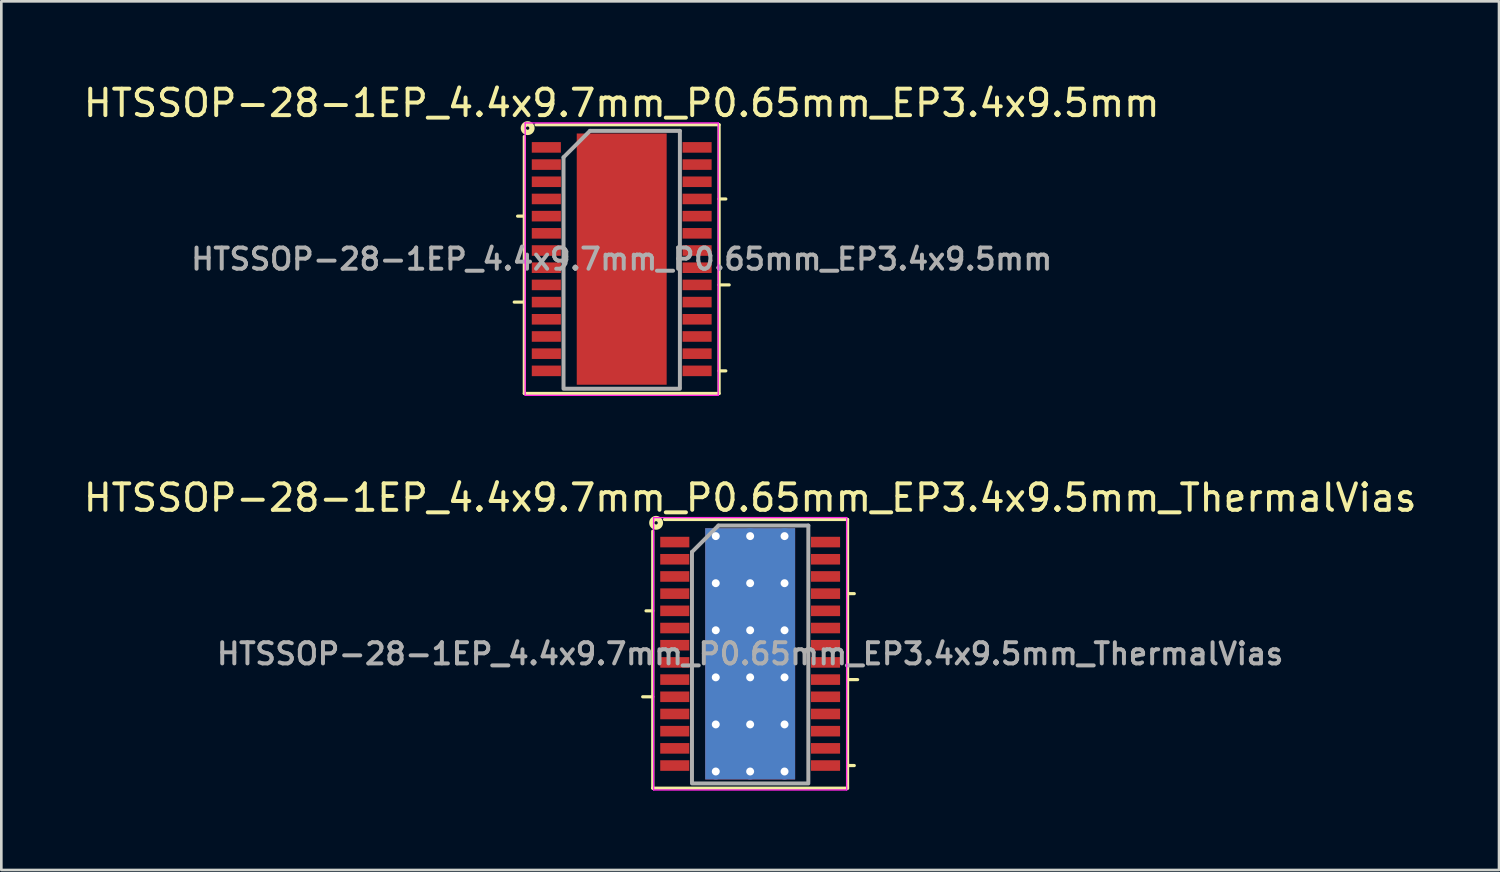
<source format=kicad_pcb>
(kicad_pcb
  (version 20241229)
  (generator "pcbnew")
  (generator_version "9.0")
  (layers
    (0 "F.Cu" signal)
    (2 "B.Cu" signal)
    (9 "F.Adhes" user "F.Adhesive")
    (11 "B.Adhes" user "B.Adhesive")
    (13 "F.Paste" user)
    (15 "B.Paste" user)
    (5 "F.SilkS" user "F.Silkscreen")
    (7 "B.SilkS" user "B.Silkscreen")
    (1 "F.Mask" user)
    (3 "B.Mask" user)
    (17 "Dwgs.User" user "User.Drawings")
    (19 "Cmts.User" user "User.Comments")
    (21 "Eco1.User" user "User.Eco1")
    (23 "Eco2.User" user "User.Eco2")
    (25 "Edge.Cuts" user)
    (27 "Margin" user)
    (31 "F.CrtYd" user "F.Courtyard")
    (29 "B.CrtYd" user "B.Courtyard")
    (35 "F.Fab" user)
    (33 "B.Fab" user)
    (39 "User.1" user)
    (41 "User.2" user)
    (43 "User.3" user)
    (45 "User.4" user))
  (footprint "HTSSOP-28-1EP_4.4x9.7mm_P0.65mm_EP3.4x9.5mm_ThermalVias"
    (layer "F.Cu")
    (at 25.315 21.672)
    (property "Reference" "HTSSOP-28-1EP_4.4x9.7mm_P0.65mm_EP3.4x9.5mm_ThermalVias" (at 0 -5.9 0) (layer "F.SilkS") (effects (font (size 1 1) (thickness 0.15))))
    (attr smd)
    (fp_line (start -3.683 -1.625) (end -3.937 -1.625) (stroke (width 0.12) (type solid)) (layer "F.SilkS"))
    (fp_line (start -3.683 1.625) (end -4.064 1.625) (stroke (width 0.12) (type solid)) (layer "F.SilkS"))
    (fp_line (start -3.683 5.08) (end -3.683 -4.636) (stroke (width 0.12) (type solid)) (layer "F.SilkS"))
    (fp_line (start -3.239 -5.08) (end 3.683 -5.08) (stroke (width 0.12) (type solid)) (layer "F.SilkS"))
    (fp_line (start 3.683 -5.08) (end 3.683 5.08) (stroke (width 0.12) (type solid)) (layer "F.SilkS"))
    (fp_line (start 3.683 -2.275) (end 3.937 -2.275) (stroke (width 0.12) (type solid)) (layer "F.SilkS"))
    (fp_line (start 3.683 0.975) (end 4.064 0.975) (stroke (width 0.12) (type solid)) (layer "F.SilkS"))
    (fp_line (start 3.683 4.225) (end 3.937 4.225) (stroke (width 0.12) (type solid)) (layer "F.SilkS"))
    (fp_line (start 3.683 5.08) (end -3.683 5.08) (stroke (width 0.12) (type solid)) (layer "F.SilkS"))
    (fp_circle (center -3.556 -4.953) (end -3.493 -4.953) (stroke (width 0.2) (type solid)) (fill no) (layer "F.SilkS"))
    (fp_line (start -3.65 -5.15) (end -3.65 5.15) (stroke (width 0.05) (type solid)) (layer "F.CrtYd"))
    (fp_line (start -3.65 -5.15) (end 3.65 -5.15) (stroke (width 0.05) (type solid)) (layer "F.CrtYd"))
    (fp_line (start -3.65 5.15) (end 3.65 5.15) (stroke (width 0.05) (type solid)) (layer "F.CrtYd"))
    (fp_line (start 3.65 -5.15) (end 3.65 5.15) (stroke (width 0.05) (type solid)) (layer "F.CrtYd"))
    (fp_line (start -2.2 -3.85) (end -1.2 -4.85) (stroke (width 0.15) (type solid)) (layer "F.Fab"))
    (fp_line (start -2.2 4.85) (end -2.2 -3.85) (stroke (width 0.15) (type solid)) (layer "F.Fab"))
    (fp_line (start -1.2 -4.85) (end 2.2 -4.85) (stroke (width 0.15) (type solid)) (layer "F.Fab"))
    (fp_line (start 2.2 -4.85) (end 2.2 4.85) (stroke (width 0.15) (type solid)) (layer "F.Fab"))
    (fp_line (start 2.2 4.901) (end -2.2 4.901) (stroke (width 0.15) (type solid)) (layer "F.Fab"))
    (fp_text user "${REFERENCE}" (at 0 0 0) (layer "F.Fab") (effects (font (size 0.8 0.8) (thickness 0.15))))
    (pad "" smd rect (at -0.85 -3.56) (size 1.4 1.4) (layers "F.Paste"))
    (pad "" smd rect (at -0.85 -1.78) (size 1.4 1.4) (layers "F.Paste"))
    (pad "" smd rect (at -0.85 0) (size 1.4 1.4) (layers "F.Paste"))
    (pad "" smd rect (at -0.85 1.78) (size 1.4 1.4) (layers "F.Paste"))
    (pad "" smd rect (at -0.85 3.56) (size 1.4 1.4) (layers "F.Paste"))
    (pad "" smd rect (at 0.85 -3.56) (size 1.4 1.4) (layers "F.Paste"))
    (pad "" smd rect (at 0.85 -1.78) (size 1.4 1.4) (layers "F.Paste"))
    (pad "" smd rect (at 0.85 0) (size 1.4 1.4) (layers "F.Paste"))
    (pad "" smd rect (at 0.85 1.78) (size 1.4 1.4) (layers "F.Paste"))
    (pad "" smd rect (at 0.85 3.56) (size 1.4 1.4) (layers "F.Paste"))
    (pad "1" smd rect (at -2.85 -4.225) (size 1.1 0.4) (layers "F.Cu" "F.Mask" "F.Paste"))
    (pad "2" smd rect (at -2.85 -3.575) (size 1.1 0.4) (layers "F.Cu" "F.Mask" "F.Paste"))
    (pad "3" smd rect (at -2.85 -2.925) (size 1.1 0.4) (layers "F.Cu" "F.Mask" "F.Paste"))
    (pad "4" smd rect (at -2.85 -2.275) (size 1.1 0.4) (layers "F.Cu" "F.Mask" "F.Paste"))
    (pad "5" smd rect (at -2.85 -1.625) (size 1.1 0.4) (layers "F.Cu" "F.Mask" "F.Paste"))
    (pad "6" smd rect (at -2.85 -0.975) (size 1.1 0.4) (layers "F.Cu" "F.Mask" "F.Paste"))
    (pad "7" smd rect (at -2.85 -0.325) (size 1.1 0.4) (layers "F.Cu" "F.Mask" "F.Paste"))
    (pad "8" smd rect (at -2.85 0.325) (size 1.1 0.4) (layers "F.Cu" "F.Mask" "F.Paste"))
    (pad "9" smd rect (at -2.85 0.975) (size 1.1 0.4) (layers "F.Cu" "F.Mask" "F.Paste"))
    (pad "10" smd rect (at -2.85 1.625) (size 1.1 0.4) (layers "F.Cu" "F.Mask" "F.Paste"))
    (pad "11" smd rect (at -2.85 2.275) (size 1.1 0.4) (layers "F.Cu" "F.Mask" "F.Paste"))
    (pad "12" smd rect (at -2.85 2.925) (size 1.1 0.4) (layers "F.Cu" "F.Mask" "F.Paste"))
    (pad "13" smd rect (at -2.85 3.575) (size 1.1 0.4) (layers "F.Cu" "F.Mask" "F.Paste"))
    (pad "14" smd rect (at -2.85 4.225) (size 1.1 0.4) (layers "F.Cu" "F.Mask" "F.Paste"))
    (pad "15" smd rect (at 2.85 4.225) (size 1.1 0.4) (layers "F.Cu" "F.Mask" "F.Paste"))
    (pad "16" smd rect (at 2.85 3.575) (size 1.1 0.4) (layers "F.Cu" "F.Mask" "F.Paste"))
    (pad "17" smd rect (at 2.85 2.925) (size 1.1 0.4) (layers "F.Cu" "F.Mask" "F.Paste"))
    (pad "18" smd rect (at 2.85 2.275) (size 1.1 0.4) (layers "F.Cu" "F.Mask" "F.Paste"))
    (pad "19" smd rect (at 2.85 1.625) (size 1.1 0.4) (layers "F.Cu" "F.Mask" "F.Paste"))
    (pad "20" smd rect (at 2.85 0.975) (size 1.1 0.4) (layers "F.Cu" "F.Mask" "F.Paste"))
    (pad "21" smd rect (at 2.85 0.325) (size 1.1 0.4) (layers "F.Cu" "F.Mask" "F.Paste"))
    (pad "22" smd rect (at 2.85 -0.325) (size 1.1 0.4) (layers "F.Cu" "F.Mask" "F.Paste"))
    (pad "23" smd rect (at 2.85 -0.975) (size 1.1 0.4) (layers "F.Cu" "F.Mask" "F.Paste"))
    (pad "24" smd rect (at 2.85 -1.625) (size 1.1 0.4) (layers "F.Cu" "F.Mask" "F.Paste"))
    (pad "25" smd rect (at 2.85 -2.275) (size 1.1 0.4) (layers "F.Cu" "F.Mask" "F.Paste"))
    (pad "26" smd rect (at 2.85 -2.925) (size 1.1 0.4) (layers "F.Cu" "F.Mask" "F.Paste"))
    (pad "27" smd rect (at 2.85 -3.575) (size 1.1 0.4) (layers "F.Cu" "F.Mask" "F.Paste"))
    (pad "28" smd rect (at 2.85 -4.225) (size 1.1 0.4) (layers "F.Cu" "F.Mask" "F.Paste"))
    (pad "29" thru_hole circle (at -1.3 -4.45) (size 0.6 0.6) (drill 0.3) (layers "*.Cu"))
    (pad "29" thru_hole circle (at -1.3 -2.67) (size 0.6 0.6) (drill 0.3) (layers "*.Cu"))
    (pad "29" thru_hole circle (at -1.3 -0.89) (size 0.6 0.6) (drill 0.3) (layers "*.Cu"))
    (pad "29" thru_hole circle (at -1.3 0.89) (size 0.6 0.6) (drill 0.3) (layers "*.Cu"))
    (pad "29" thru_hole circle (at -1.3 2.67) (size 0.6 0.6) (drill 0.3) (layers "*.Cu"))
    (pad "29" thru_hole circle (at -1.3 4.45) (size 0.6 0.6) (drill 0.3) (layers "*.Cu"))
    (pad "29" thru_hole circle (at 0 -4.45) (size 0.6 0.6) (drill 0.3) (layers "*.Cu"))
    (pad "29" thru_hole circle (at 0 -2.67) (size 0.6 0.6) (drill 0.3) (layers "*.Cu"))
    (pad "29" thru_hole circle (at 0 -0.89) (size 0.6 0.6) (drill 0.3) (layers "*.Cu"))
    (pad "29" smd rect (at 0 0) (size 3.4 9.5) (layers "F.Cu" "F.Mask"))
    (pad "29" smd rect (at 0 0) (size 3.4 9.5) (layers "B.Cu" "B.Mask"))
    (pad "29" thru_hole circle (at 0 0.89) (size 0.6 0.6) (drill 0.3) (layers "*.Cu"))
    (pad "29" thru_hole circle (at 0 2.67) (size 0.6 0.6) (drill 0.3) (layers "*.Cu"))
    (pad "29" thru_hole circle (at 0 4.45) (size 0.6 0.6) (drill 0.3) (layers "*.Cu"))
    (pad "29" thru_hole circle (at 1.3 -4.45) (size 0.6 0.6) (drill 0.3) (layers "*.Cu"))
    (pad "29" thru_hole circle (at 1.3 -2.67) (size 0.6 0.6) (drill 0.3) (layers "*.Cu"))
    (pad "29" thru_hole circle (at 1.3 -0.89) (size 0.6 0.6) (drill 0.3) (layers "*.Cu"))
    (pad "29" thru_hole circle (at 1.3 0.89) (size 0.6 0.6) (drill 0.3) (layers "*.Cu"))
    (pad "29" thru_hole circle (at 1.3 2.67) (size 0.6 0.6) (drill 0.3) (layers "*.Cu"))
    (pad "29" thru_hole circle (at 1.3 4.45) (size 0.6 0.6) (drill 0.3) (layers "*.Cu")))
  (footprint "HTSSOP-28-1EP_4.4x9.7mm_P0.65mm_EP3.4x9.5mm"
    (layer "F.Cu")
    (at 20.458 6.748)
    (property "Reference" "HTSSOP-28-1EP_4.4x9.7mm_P0.65mm_EP3.4x9.5mm" (at 0 -5.9 0) (layer "F.SilkS") (effects (font (size 1 1) (thickness 0.15))))
    (attr smd)
    (fp_line (start -3.683 -1.625) (end -3.937 -1.625) (stroke (width 0.12) (type solid)) (layer "F.SilkS"))
    (fp_line (start -3.683 1.625) (end -4.064 1.625) (stroke (width 0.12) (type solid)) (layer "F.SilkS"))
    (fp_line (start -3.683 5.08) (end -3.683 -4.636) (stroke (width 0.12) (type solid)) (layer "F.SilkS"))
    (fp_line (start -3.239 -5.08) (end 3.683 -5.08) (stroke (width 0.12) (type solid)) (layer "F.SilkS"))
    (fp_line (start 3.683 -5.08) (end 3.683 5.08) (stroke (width 0.12) (type solid)) (layer "F.SilkS"))
    (fp_line (start 3.683 -2.275) (end 3.937 -2.275) (stroke (width 0.12) (type solid)) (layer "F.SilkS"))
    (fp_line (start 3.683 0.975) (end 4.064 0.975) (stroke (width 0.12) (type solid)) (layer "F.SilkS"))
    (fp_line (start 3.683 4.225) (end 3.937 4.225) (stroke (width 0.12) (type solid)) (layer "F.SilkS"))
    (fp_line (start 3.683 5.08) (end -3.683 5.08) (stroke (width 0.12) (type solid)) (layer "F.SilkS"))
    (fp_circle (center -3.556 -4.953) (end -3.493 -4.953) (stroke (width 0.2) (type solid)) (fill no) (layer "F.SilkS"))
    (fp_line (start -3.65 -5.15) (end -3.65 5.15) (stroke (width 0.05) (type solid)) (layer "F.CrtYd"))
    (fp_line (start -3.65 -5.15) (end 3.65 -5.15) (stroke (width 0.05) (type solid)) (layer "F.CrtYd"))
    (fp_line (start -3.65 5.15) (end 3.65 5.15) (stroke (width 0.05) (type solid)) (layer "F.CrtYd"))
    (fp_line (start 3.65 -5.15) (end 3.65 5.15) (stroke (width 0.05) (type solid)) (layer "F.CrtYd"))
    (fp_line (start -2.2 -3.85) (end -1.2 -4.85) (stroke (width 0.15) (type solid)) (layer "F.Fab"))
    (fp_line (start -2.2 4.85) (end -2.2 -3.85) (stroke (width 0.15) (type solid)) (layer "F.Fab"))
    (fp_line (start -1.2 -4.85) (end 2.2 -4.85) (stroke (width 0.15) (type solid)) (layer "F.Fab"))
    (fp_line (start 2.2 -4.85) (end 2.2 4.85) (stroke (width 0.15) (type solid)) (layer "F.Fab"))
    (fp_line (start 2.2 4.901) (end -2.2 4.901) (stroke (width 0.15) (type solid)) (layer "F.Fab"))
    (fp_text user "${REFERENCE}" (at 0 0 0) (layer "F.Fab") (effects (font (size 0.8 0.8) (thickness 0.15))))
    (pad "" smd rect (at -0.85 -3.8) (size 1.4 1.6) (layers "F.Paste"))
    (pad "" smd rect (at -0.85 -1.9) (size 1.4 1.6) (layers "F.Paste"))
    (pad "" smd rect (at -0.85 0) (size 1.4 1.6) (layers "F.Paste"))
    (pad "" smd rect (at -0.85 1.9) (size 1.4 1.6) (layers "F.Paste"))
    (pad "" smd rect (at -0.85 3.8) (size 1.4 1.6) (layers "F.Paste"))
    (pad "" smd rect (at 0.85 -3.8) (size 1.4 1.6) (layers "F.Paste"))
    (pad "" smd rect (at 0.85 -1.9) (size 1.4 1.6) (layers "F.Paste"))
    (pad "" smd rect (at 0.85 0) (size 1.4 1.6) (layers "F.Paste"))
    (pad "" smd rect (at 0.85 1.9) (size 1.4 1.6) (layers "F.Paste"))
    (pad "" smd rect (at 0.85 3.8) (size 1.4 1.6) (layers "F.Paste"))
    (pad "1" smd rect (at -2.85 -4.225) (size 1.1 0.4) (layers "F.Cu" "F.Mask" "F.Paste"))
    (pad "2" smd rect (at -2.85 -3.575) (size 1.1 0.4) (layers "F.Cu" "F.Mask" "F.Paste"))
    (pad "3" smd rect (at -2.85 -2.925) (size 1.1 0.4) (layers "F.Cu" "F.Mask" "F.Paste"))
    (pad "4" smd rect (at -2.85 -2.275) (size 1.1 0.4) (layers "F.Cu" "F.Mask" "F.Paste"))
    (pad "5" smd rect (at -2.85 -1.625) (size 1.1 0.4) (layers "F.Cu" "F.Mask" "F.Paste"))
    (pad "6" smd rect (at -2.85 -0.975) (size 1.1 0.4) (layers "F.Cu" "F.Mask" "F.Paste"))
    (pad "7" smd rect (at -2.85 -0.325) (size 1.1 0.4) (layers "F.Cu" "F.Mask" "F.Paste"))
    (pad "8" smd rect (at -2.85 0.325) (size 1.1 0.4) (layers "F.Cu" "F.Mask" "F.Paste"))
    (pad "9" smd rect (at -2.85 0.975) (size 1.1 0.4) (layers "F.Cu" "F.Mask" "F.Paste"))
    (pad "10" smd rect (at -2.85 1.625) (size 1.1 0.4) (layers "F.Cu" "F.Mask" "F.Paste"))
    (pad "11" smd rect (at -2.85 2.275) (size 1.1 0.4) (layers "F.Cu" "F.Mask" "F.Paste"))
    (pad "12" smd rect (at -2.85 2.925) (size 1.1 0.4) (layers "F.Cu" "F.Mask" "F.Paste"))
    (pad "13" smd rect (at -2.85 3.575) (size 1.1 0.4) (layers "F.Cu" "F.Mask" "F.Paste"))
    (pad "14" smd rect (at -2.85 4.225) (size 1.1 0.4) (layers "F.Cu" "F.Mask" "F.Paste"))
    (pad "15" smd rect (at 2.85 4.225) (size 1.1 0.4) (layers "F.Cu" "F.Mask" "F.Paste"))
    (pad "16" smd rect (at 2.85 3.575) (size 1.1 0.4) (layers "F.Cu" "F.Mask" "F.Paste"))
    (pad "17" smd rect (at 2.85 2.925) (size 1.1 0.4) (layers "F.Cu" "F.Mask" "F.Paste"))
    (pad "18" smd rect (at 2.85 2.275) (size 1.1 0.4) (layers "F.Cu" "F.Mask" "F.Paste"))
    (pad "19" smd rect (at 2.85 1.625) (size 1.1 0.4) (layers "F.Cu" "F.Mask" "F.Paste"))
    (pad "20" smd rect (at 2.85 0.975) (size 1.1 0.4) (layers "F.Cu" "F.Mask" "F.Paste"))
    (pad "21" smd rect (at 2.85 0.325) (size 1.1 0.4) (layers "F.Cu" "F.Mask" "F.Paste"))
    (pad "22" smd rect (at 2.85 -0.325) (size 1.1 0.4) (layers "F.Cu" "F.Mask" "F.Paste"))
    (pad "23" smd rect (at 2.85 -0.975) (size 1.1 0.4) (layers "F.Cu" "F.Mask" "F.Paste"))
    (pad "24" smd rect (at 2.85 -1.625) (size 1.1 0.4) (layers "F.Cu" "F.Mask" "F.Paste"))
    (pad "25" smd rect (at 2.85 -2.275) (size 1.1 0.4) (layers "F.Cu" "F.Mask" "F.Paste"))
    (pad "26" smd rect (at 2.85 -2.925) (size 1.1 0.4) (layers "F.Cu" "F.Mask" "F.Paste"))
    (pad "27" smd rect (at 2.85 -3.575) (size 1.1 0.4) (layers "F.Cu" "F.Mask" "F.Paste"))
    (pad "28" smd rect (at 2.85 -4.225) (size 1.1 0.4) (layers "F.Cu" "F.Mask" "F.Paste"))
    (pad "29" smd rect (at 0 0) (size 3.4 9.5) (layers "F.Cu" "F.Mask")))
  (gr_rect
    (start -3 -3)
    (end 53.631 29.846)
    (stroke (width 0.1) (type default))
    (fill no)
    (layer "Edge.Cuts")))
</source>
